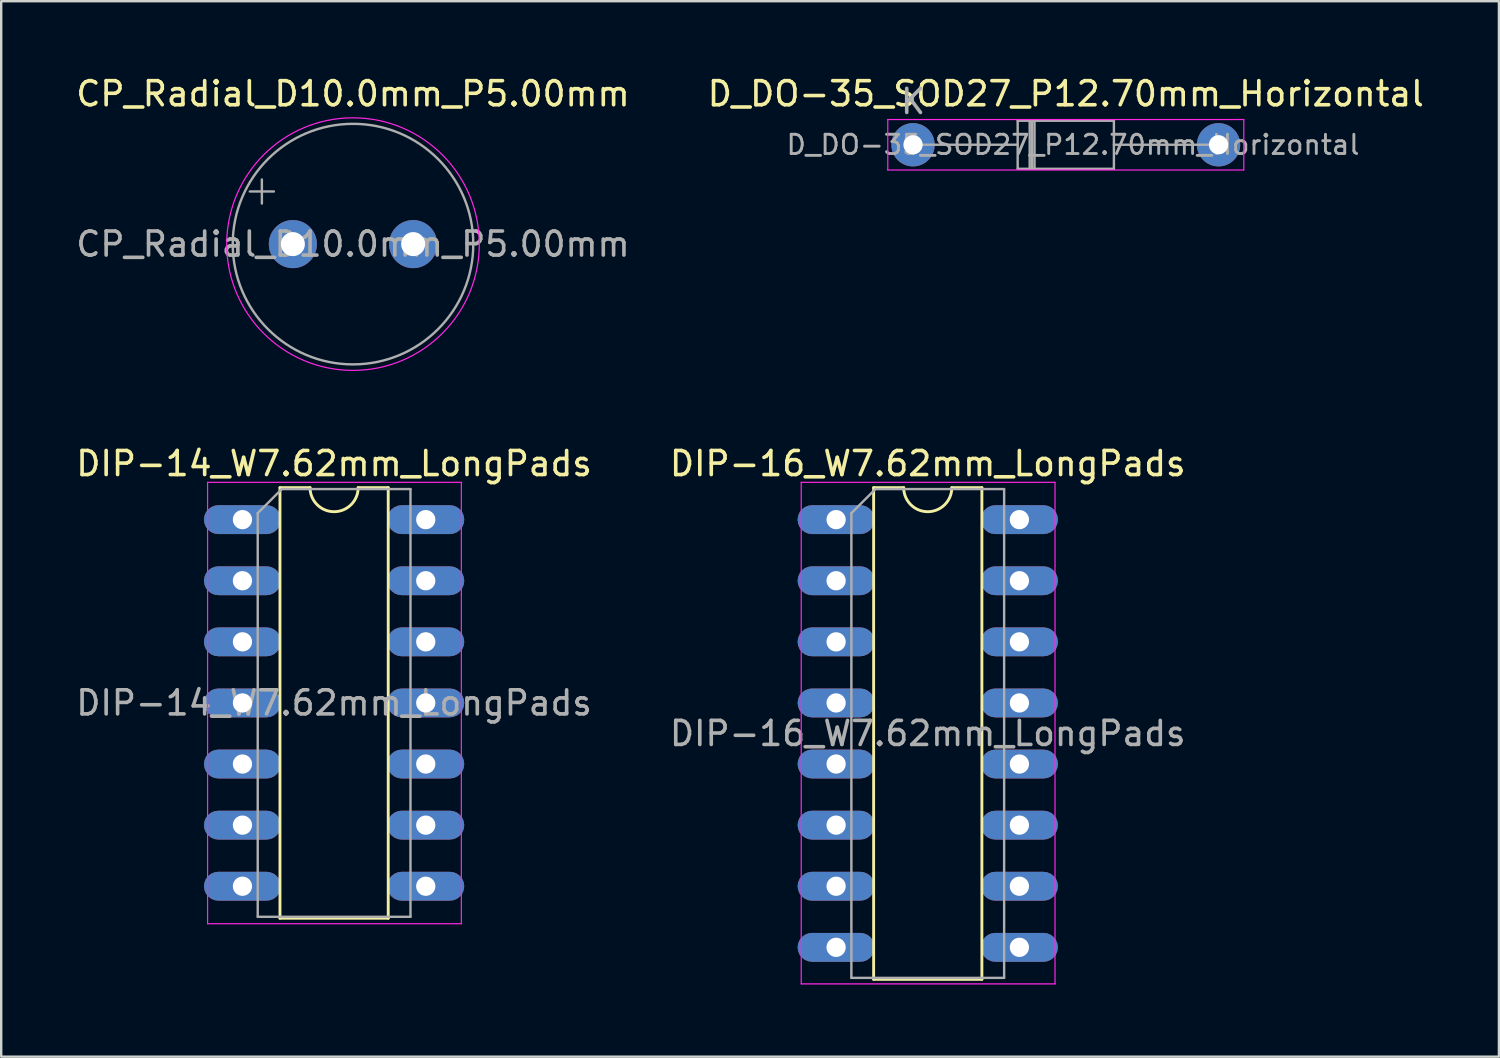
<source format=kicad_pcb>
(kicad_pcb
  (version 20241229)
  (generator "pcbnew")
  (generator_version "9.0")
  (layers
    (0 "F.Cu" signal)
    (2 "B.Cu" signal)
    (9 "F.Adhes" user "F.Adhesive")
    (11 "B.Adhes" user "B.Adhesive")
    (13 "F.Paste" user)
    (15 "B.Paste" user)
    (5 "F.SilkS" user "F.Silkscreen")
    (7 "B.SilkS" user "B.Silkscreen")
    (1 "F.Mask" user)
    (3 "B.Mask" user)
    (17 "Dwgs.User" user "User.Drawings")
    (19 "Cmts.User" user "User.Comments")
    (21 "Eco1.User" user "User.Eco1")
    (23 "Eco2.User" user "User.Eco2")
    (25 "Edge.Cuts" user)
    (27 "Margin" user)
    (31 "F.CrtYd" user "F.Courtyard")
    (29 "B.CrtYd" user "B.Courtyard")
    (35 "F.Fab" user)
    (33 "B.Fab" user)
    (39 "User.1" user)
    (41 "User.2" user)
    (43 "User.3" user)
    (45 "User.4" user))
  (footprint "D_DO-35_SOD27_P12.70mm_Horizontal"
    (layer "F.Cu")
    (at 34.906 2.968)
    (property "Reference" "D_DO-35_SOD27_P12.70mm_Horizontal" (at 6.35 -2.12 0) (layer "F.SilkS") (effects (font (size 1 1) (thickness 0.15))))
    (attr through_hole)
    (fp_circle (center 0 0) (end -1.1 0) (stroke (width 0) (type solid)) (fill yes) (layer "F.Mask"))
    (fp_circle (center 12.7 0) (end 11.6 0) (stroke (width 0) (type solid)) (fill yes) (layer "F.Mask"))
    (fp_circle (center 0 0) (end 1.1 0) (stroke (width 0) (type solid)) (fill yes) (layer "B.Mask"))
    (fp_circle (center 12.7 0) (end 13.8 0) (stroke (width 0) (type solid)) (fill yes) (layer "B.Mask"))
    (fp_line (start -1.05 -1.05) (end -1.05 1.05) (stroke (width 0.05) (type solid)) (layer "F.CrtYd"))
    (fp_line (start -1.05 1.05) (end 13.75 1.05) (stroke (width 0.05) (type solid)) (layer "F.CrtYd"))
    (fp_line (start 13.75 -1.05) (end -1.05 -1.05) (stroke (width 0.05) (type solid)) (layer "F.CrtYd"))
    (fp_line (start 13.75 1.05) (end 13.75 -1.05) (stroke (width 0.05) (type solid)) (layer "F.CrtYd"))
    (fp_line (start 0 0) (end 4.35 0) (stroke (width 0.1) (type solid)) (layer "F.Fab"))
    (fp_line (start 4.35 -1) (end 4.35 1) (stroke (width 0.1) (type solid)) (layer "F.Fab"))
    (fp_line (start 4.35 1) (end 8.35 1) (stroke (width 0.1) (type solid)) (layer "F.Fab"))
    (fp_line (start 4.85 -1) (end 4.85 1) (stroke (width 0.1) (type solid)) (layer "F.Fab"))
    (fp_line (start 4.95 -1) (end 4.95 1) (stroke (width 0.1) (type solid)) (layer "F.Fab"))
    (fp_line (start 5.05 -1) (end 5.05 1) (stroke (width 0.1) (type solid)) (layer "F.Fab"))
    (fp_line (start 8.35 -1) (end 4.35 -1) (stroke (width 0.1) (type solid)) (layer "F.Fab"))
    (fp_line (start 8.35 1) (end 8.35 -1) (stroke (width 0.1) (type solid)) (layer "F.Fab"))
    (fp_line (start 12.7 0) (end 8.35 0) (stroke (width 0.1) (type solid)) (layer "F.Fab"))
    (fp_text user "${REFERENCE}" (at 6.65 0 0) (layer "F.Fab") (effects (font (size 0.8 0.8) (thickness 0.12))))
    (fp_text user "K" (at 0 -1.8 0) (layer "F.Fab") (effects (font (size 1 1) (thickness 0.15))))
    (pad "1" thru_hole circle (at 0 0) (size 1.8 1.8) (drill 0.8) (layers "*.Cu" "*.Mask"))
    (pad "2" thru_hole circle (at 12.7 0) (size 1.8 1.8) (drill 0.8) (layers "*.Cu" "*.Mask")))
  (footprint "DIP-14_W7.62mm_LongPads"
    (layer "F.Cu")
    (at 7.029 18.552)
    (property "Reference" "DIP-14_W7.62mm_LongPads" (at 3.81 -2.33 0) (layer "F.SilkS") (effects (font (size 1 1) (thickness 0.15))))
    (attr through_hole)
    (fp_rect (start -2 -1) (end 2 16.24) (stroke (width 0) (type solid)) (fill yes) (layer "F.Mask"))
    (fp_rect (start 5.62 -1) (end 9.62 16.24) (stroke (width 0) (type solid)) (fill yes) (layer "F.Mask"))
    (fp_rect (start 2 -1) (end -2 16.24) (stroke (width 0) (type solid)) (fill yes) (layer "B.Mask"))
    (fp_rect (start 9.62 -1) (end 5.62 16.24) (stroke (width 0) (type solid)) (fill yes) (layer "B.Mask"))
    (fp_line (start 1.56 -1.33) (end 1.56 16.57) (stroke (width 0.12) (type solid)) (layer "F.SilkS"))
    (fp_line (start 1.56 16.57) (end 6.06 16.57) (stroke (width 0.12) (type solid)) (layer "F.SilkS"))
    (fp_line (start 2.81 -1.33) (end 1.56 -1.33) (stroke (width 0.12) (type solid)) (layer "F.SilkS"))
    (fp_line (start 6.06 -1.33) (end 4.81 -1.33) (stroke (width 0.12) (type solid)) (layer "F.SilkS"))
    (fp_line (start 6.06 16.57) (end 6.06 -1.33) (stroke (width 0.12) (type solid)) (layer "F.SilkS"))
    (fp_arc (start 4.81 -1.33) (mid 3.81 -0.33) (end 2.81 -1.33) (stroke (width 0.12) (type solid)) (layer "F.SilkS"))
    (fp_line (start -1.45 -1.55) (end -1.45 16.8) (stroke (width 0.05) (type solid)) (layer "F.CrtYd"))
    (fp_line (start -1.45 16.8) (end 9.1 16.8) (stroke (width 0.05) (type solid)) (layer "F.CrtYd"))
    (fp_line (start 9.1 -1.55) (end -1.45 -1.55) (stroke (width 0.05) (type solid)) (layer "F.CrtYd"))
    (fp_line (start 9.1 16.8) (end 9.1 -1.55) (stroke (width 0.05) (type solid)) (layer "F.CrtYd"))
    (fp_line (start 0.635 -0.27) (end 1.635 -1.27) (stroke (width 0.1) (type solid)) (layer "F.Fab"))
    (fp_line (start 0.635 16.51) (end 0.635 -0.27) (stroke (width 0.1) (type solid)) (layer "F.Fab"))
    (fp_line (start 1.635 -1.27) (end 6.985 -1.27) (stroke (width 0.1) (type solid)) (layer "F.Fab"))
    (fp_line (start 6.985 -1.27) (end 6.985 16.51) (stroke (width 0.1) (type solid)) (layer "F.Fab"))
    (fp_line (start 6.985 16.51) (end 0.635 16.51) (stroke (width 0.1) (type solid)) (layer "F.Fab"))
    (fp_text user "${REFERENCE}" (at 3.81 7.62 0) (layer "F.Fab") (effects (font (size 1 1) (thickness 0.15))))
    (pad "1" thru_hole roundrect (at 0 0) (size 3.2 1.2) (drill 0.8) (layers "*.Cu" "*.Mask") (roundrect_rratio 0.5))
    (pad "2" thru_hole roundrect (at 0 2.54) (size 3.2 1.2) (drill 0.8) (layers "*.Cu" "*.Mask") (roundrect_rratio 0.5))
    (pad "3" thru_hole roundrect (at 0 5.08) (size 3.2 1.2) (drill 0.8) (layers "*.Cu" "*.Mask") (roundrect_rratio 0.5))
    (pad "4" thru_hole roundrect (at 0 7.62) (size 3.2 1.2) (drill 0.8) (layers "*.Cu" "*.Mask") (roundrect_rratio 0.5))
    (pad "5" thru_hole roundrect (at 0 10.16) (size 3.2 1.2) (drill 0.8) (layers "*.Cu" "*.Mask") (roundrect_rratio 0.5))
    (pad "6" thru_hole roundrect (at 0 12.7) (size 3.2 1.2) (drill 0.8) (layers "*.Cu" "*.Mask") (roundrect_rratio 0.5))
    (pad "7" thru_hole roundrect (at 0 15.24) (size 3.2 1.2) (drill 0.8) (layers "*.Cu" "*.Mask") (roundrect_rratio 0.5))
    (pad "8" thru_hole roundrect (at 7.62 15.24) (size 3.2 1.2) (drill 0.8) (layers "*.Cu" "*.Mask") (roundrect_rratio 0.5))
    (pad "9" thru_hole roundrect (at 7.62 12.7) (size 3.2 1.2) (drill 0.8) (layers "*.Cu" "*.Mask") (roundrect_rratio 0.5))
    (pad "10" thru_hole roundrect (at 7.62 10.16) (size 3.2 1.2) (drill 0.8) (layers "*.Cu" "*.Mask") (roundrect_rratio 0.5))
    (pad "11" thru_hole roundrect (at 7.62 7.62) (size 3.2 1.2) (drill 0.8) (layers "*.Cu" "*.Mask") (roundrect_rratio 0.5))
    (pad "12" thru_hole roundrect (at 7.62 5.08) (size 3.2 1.2) (drill 0.8) (layers "*.Cu" "*.Mask") (roundrect_rratio 0.5))
    (pad "13" thru_hole roundrect (at 7.62 2.54) (size 3.2 1.2) (drill 0.8) (layers "*.Cu" "*.Mask") (roundrect_rratio 0.5))
    (pad "14" thru_hole roundrect (at 7.62 0) (size 3.2 1.2) (drill 0.8) (layers "*.Cu" "*.Mask") (roundrect_rratio 0.5)))
  (footprint "DIP-16_W7.62mm_LongPads"
    (layer "F.Cu")
    (at 31.708 18.552)
    (property "Reference" "DIP-16_W7.62mm_LongPads" (at 3.81 -2.33 0) (layer "F.SilkS") (effects (font (size 1 1) (thickness 0.15))))
    (attr through_hole)
    (fp_rect (start -2 -1) (end 2 18.78) (stroke (width 0) (type solid)) (fill yes) (layer "F.Mask"))
    (fp_rect (start 5.62 -1) (end 9.62 18.78) (stroke (width 0) (type solid)) (fill yes) (layer "F.Mask"))
    (fp_rect (start 2 -1) (end -2 18.78) (stroke (width 0) (type solid)) (fill yes) (layer "B.Mask"))
    (fp_rect (start 9.62 -1) (end 5.62 18.78) (stroke (width 0) (type solid)) (fill yes) (layer "B.Mask"))
    (fp_line (start 1.56 -1.33) (end 1.56 19.11) (stroke (width 0.12) (type solid)) (layer "F.SilkS"))
    (fp_line (start 1.56 19.11) (end 6.06 19.11) (stroke (width 0.12) (type solid)) (layer "F.SilkS"))
    (fp_line (start 2.81 -1.33) (end 1.56 -1.33) (stroke (width 0.12) (type solid)) (layer "F.SilkS"))
    (fp_line (start 6.06 -1.33) (end 4.81 -1.33) (stroke (width 0.12) (type solid)) (layer "F.SilkS"))
    (fp_line (start 6.06 19.11) (end 6.06 -1.33) (stroke (width 0.12) (type solid)) (layer "F.SilkS"))
    (fp_arc (start 4.81 -1.33) (mid 3.81 -0.33) (end 2.81 -1.33) (stroke (width 0.12) (type solid)) (layer "F.SilkS"))
    (fp_line (start -1.45 -1.55) (end -1.45 19.3) (stroke (width 0.05) (type solid)) (layer "F.CrtYd"))
    (fp_line (start -1.45 19.3) (end 9.1 19.3) (stroke (width 0.05) (type solid)) (layer "F.CrtYd"))
    (fp_line (start 9.1 -1.55) (end -1.45 -1.55) (stroke (width 0.05) (type solid)) (layer "F.CrtYd"))
    (fp_line (start 9.1 19.3) (end 9.1 -1.55) (stroke (width 0.05) (type solid)) (layer "F.CrtYd"))
    (fp_line (start 0.635 -0.27) (end 1.635 -1.27) (stroke (width 0.1) (type solid)) (layer "F.Fab"))
    (fp_line (start 0.635 19.05) (end 0.635 -0.27) (stroke (width 0.1) (type solid)) (layer "F.Fab"))
    (fp_line (start 1.635 -1.27) (end 6.985 -1.27) (stroke (width 0.1) (type solid)) (layer "F.Fab"))
    (fp_line (start 6.985 -1.27) (end 6.985 19.05) (stroke (width 0.1) (type solid)) (layer "F.Fab"))
    (fp_line (start 6.985 19.05) (end 0.635 19.05) (stroke (width 0.1) (type solid)) (layer "F.Fab"))
    (fp_text user "${REFERENCE}" (at 3.81 8.89 0) (layer "F.Fab") (effects (font (size 1 1) (thickness 0.15))))
    (pad "1" thru_hole roundrect (at 0 0) (size 3.2 1.2) (drill 0.8) (layers "*.Cu" "*.Mask") (roundrect_rratio 0.5))
    (pad "2" thru_hole roundrect (at 0 2.54) (size 3.2 1.2) (drill 0.8) (layers "*.Cu" "*.Mask") (roundrect_rratio 0.5))
    (pad "3" thru_hole roundrect (at 0 5.08) (size 3.2 1.2) (drill 0.8) (layers "*.Cu" "*.Mask") (roundrect_rratio 0.5))
    (pad "4" thru_hole roundrect (at 0 7.62) (size 3.2 1.2) (drill 0.8) (layers "*.Cu" "*.Mask") (roundrect_rratio 0.5))
    (pad "5" thru_hole roundrect (at 0 10.16) (size 3.2 1.2) (drill 0.8) (layers "*.Cu" "*.Mask") (roundrect_rratio 0.5))
    (pad "6" thru_hole roundrect (at 0 12.7) (size 3.2 1.2) (drill 0.8) (layers "*.Cu" "*.Mask") (roundrect_rratio 0.5))
    (pad "7" thru_hole roundrect (at 0 15.24) (size 3.2 1.2) (drill 0.8) (layers "*.Cu" "*.Mask") (roundrect_rratio 0.5))
    (pad "8" thru_hole roundrect (at 0 17.78) (size 3.2 1.2) (drill 0.8) (layers "*.Cu" "*.Mask") (roundrect_rratio 0.5))
    (pad "9" thru_hole roundrect (at 7.62 17.78) (size 3.2 1.2) (drill 0.8) (layers "*.Cu" "*.Mask") (roundrect_rratio 0.5))
    (pad "10" thru_hole roundrect (at 7.62 15.24) (size 3.2 1.2) (drill 0.8) (layers "*.Cu" "*.Mask") (roundrect_rratio 0.5))
    (pad "11" thru_hole roundrect (at 7.62 12.7) (size 3.2 1.2) (drill 0.8) (layers "*.Cu" "*.Mask") (roundrect_rratio 0.5))
    (pad "12" thru_hole roundrect (at 7.62 10.16) (size 3.2 1.2) (drill 0.8) (layers "*.Cu" "*.Mask") (roundrect_rratio 0.5))
    (pad "13" thru_hole roundrect (at 7.62 7.62) (size 3.2 1.2) (drill 0.8) (layers "*.Cu" "*.Mask") (roundrect_rratio 0.5))
    (pad "14" thru_hole roundrect (at 7.62 5.08) (size 3.2 1.2) (drill 0.8) (layers "*.Cu" "*.Mask") (roundrect_rratio 0.5))
    (pad "15" thru_hole roundrect (at 7.62 2.54) (size 3.2 1.2) (drill 0.8) (layers "*.Cu" "*.Mask") (roundrect_rratio 0.5))
    (pad "16" thru_hole roundrect (at 7.62 0) (size 3.2 1.2) (drill 0.8) (layers "*.Cu" "*.Mask") (roundrect_rratio 0.5)))
  (footprint "CP_Radial_D10.0mm_P5.00mm"
    (layer "F.Cu")
    (at 9.125 7.098)
    (property "Reference" "CP_Radial_D10.0mm_P5.00mm" (at 2.5 -6.25 0) (layer "F.SilkS") (effects (font (size 1 1) (thickness 0.15))))
    (attr through_hole)
    (fp_circle (center 0 0) (end 1.2 0) (stroke (width 0) (type solid)) (fill yes) (layer "F.Mask"))
    (fp_circle (center 5 0) (end 6.2 0) (stroke (width 0) (type solid)) (fill yes) (layer "F.Mask"))
    (fp_circle (center 0 0) (end -1.2 0) (stroke (width 0) (type solid)) (fill yes) (layer "B.Mask"))
    (fp_circle (center 5 0) (end 3.8 0) (stroke (width 0) (type solid)) (fill yes) (layer "B.Mask"))
    (fp_circle (center 2.5 0) (end 7.75 0) (stroke (width 0.05) (type solid)) (fill no) (layer "F.CrtYd"))
    (fp_line (start -1.789 -2.188) (end -0.789 -2.188) (stroke (width 0.1) (type solid)) (layer "F.Fab"))
    (fp_line (start -1.289 -2.688) (end -1.289 -1.688) (stroke (width 0.1) (type solid)) (layer "F.Fab"))
    (fp_circle (center 2.5 0) (end 7.5 0) (stroke (width 0.1) (type solid)) (fill no) (layer "F.Fab"))
    (fp_text user "${REFERENCE}" (at 2.5 0 0) (layer "F.Fab") (effects (font (size 1 1) (thickness 0.15))))
    (pad "1" thru_hole circle (at 0 0) (size 2 2) (drill 1) (layers "*.Cu" "*.Mask"))
    (pad "2" thru_hole circle (at 5 0) (size 2 2) (drill 1) (layers "*.Cu" "*.Mask")))
  (gr_rect
    (start -3 -3)
    (end 59.262 40.877)
    (stroke (width 0.1) (type default))
    (fill no)
    (layer "Edge.Cuts")))
</source>
